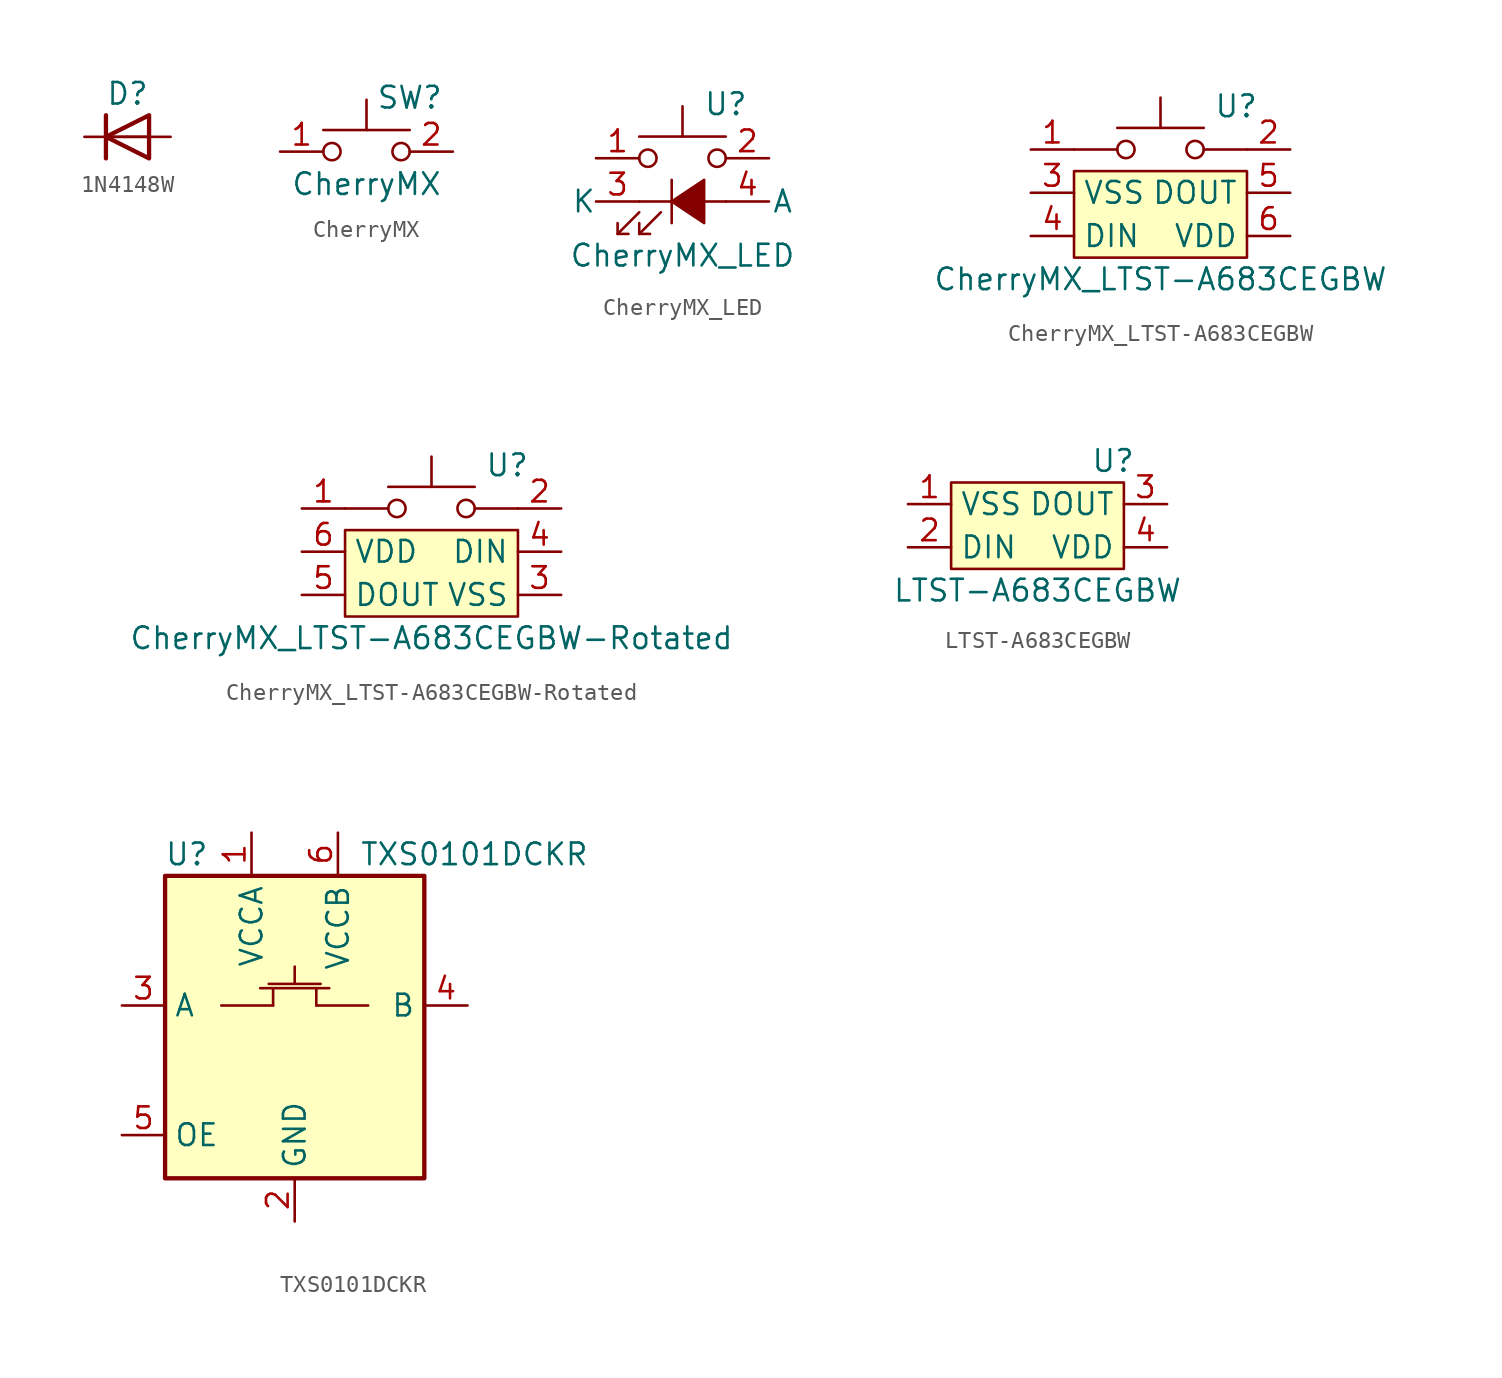
<source format=kicad_sym>
(kicad_symbol_lib
  (version 20210619)
  (generator kicad_symbol_editor)
  (symbol "Keyboard:1N4148W"
    (pin_numbers hide)
    (pin_names
      (offset 1.016) hide)
    (property "Reference" "D"
      (at 0 2.54 0)
      (effects (font (size 1.27 1.27))))
    (symbol "1N4148W_0_1"
      (polyline (pts (xy -1.27 1.27) (xy -1.27 -1.27)) (stroke (width 0.254)) (fill (type none)))
      (polyline (pts (xy 1.27 0) (xy -1.27 0)) (stroke (width 0)) (fill (type none)))
      (polyline (pts (xy 1.27 1.27) (xy 1.27 -1.27) (xy -1.27 0) (xy 1.27 1.27)) (stroke (width 0.254)) (fill (type none))))
    (symbol "1N4148W_1_1"
      (pin passive line (at -2.54 0 0) (length 2.54) (name "K" (effects (font (size 1.27 1.27)))) (number "1" (effects (font (size 1.27 1.27)))))
      (pin passive line (at 2.54 0 180) (length 2.54) (name "A" (effects (font (size 1.27 1.27)))) (number "2" (effects (font (size 1.27 1.27)))))))
  (symbol "Keyboard:CherryMX"
    (pin_names
      (offset 0.254))
    (property "Reference" "SW"
      (at 2.54 3.175 0)
      (effects (font (size 1.27 1.27))))
    (property "Value" "CherryMX"
      (at 0 -1.905 0)
      (effects (font (size 1.27 1.27))))
    (symbol "CherryMX_1_1"
      (circle (center -2.032 0) (radius 0.508) (stroke (width 0)) (fill (type none)))
      (circle (center 2.032 0) (radius 0.508) (stroke (width 0)) (fill (type none)))
      (polyline (pts (xy 0 1.27) (xy 0 3.048)) (stroke (width 0)) (fill (type none)))
      (polyline (pts (xy 2.54 1.27) (xy -2.54 1.27)) (stroke (width 0)) (fill (type none)))
      (pin passive line (at -5.08 0 0) (length 2.54) (name "~" (effects (font (size 1.27 1.27)))) (number "1" (effects (font (size 1.27 1.27)))))
      (pin passive line (at 5.08 0 180) (length 2.54) (name "~" (effects (font (size 1.27 1.27)))) (number "2" (effects (font (size 1.27 1.27)))))))
  (symbol "Keyboard:CherryMX_LED"
    (pin_names
      (offset -3.988))
    (property "Reference" "U"
      (at 2.54 4.445 0)
      (effects (font (size 1.27 1.27))))
    (property "Value" "CherryMX_LED"
      (at 0 -4.445 0)
      (effects (font (size 1.27 1.27))))
    (symbol "CherryMX_LED_1_1"
      (circle (center -2.032 1.27) (radius 0.508) (stroke (width 0)) (fill (type none)))
      (circle (center 2.032 1.27) (radius 0.508) (stroke (width 0)) (fill (type none)))
      (polyline (pts (xy -3.81 -3.175) (xy -2.54 -1.905)) (stroke (width 0)) (fill (type none)))
      (polyline (pts (xy -2.54 -3.175) (xy -1.27 -1.905)) (stroke (width 0)) (fill (type none)))
      (polyline (pts (xy -2.54 -1.27) (xy 2.54 -1.27)) (stroke (width 0)) (fill (type none)))
      (polyline (pts (xy -0.635 0) (xy -0.635 -2.54)) (stroke (width 0)) (fill (type none)))
      (polyline (pts (xy 0 2.54) (xy 0 4.318)) (stroke (width 0)) (fill (type none)))
      (polyline (pts (xy 2.54 2.54) (xy -2.54 2.54)) (stroke (width 0)) (fill (type none)))
      (polyline (pts (xy -3.81 -2.54) (xy -3.81 -3.175) (xy -3.175 -3.175)) (stroke (width 0)) (fill (type none)))
      (polyline (pts (xy -2.54 -2.54) (xy -2.54 -3.175) (xy -1.905 -3.175)) (stroke (width 0)) (fill (type none)))
      (polyline (pts (xy -0.635 -1.27) (xy 1.27 0) (xy 1.27 -2.54) (xy -0.635 -1.27)) (stroke (width 0)) (fill (type outline)))
      (pin passive line (at -5.08 1.27 0) (length 2.54) (name "~" (effects (font (size 1.27 1.27)))) (number "1" (effects (font (size 1.27 1.27)))))
      (pin passive line (at 5.08 1.27 180) (length 2.54) (name "~" (effects (font (size 1.27 1.27)))) (number "2" (effects (font (size 1.27 1.27)))))
      (pin passive line (at -5.08 -1.27 0) (length 2.54) (name "K" (effects (font (size 1.27 1.27)))) (number "3" (effects (font (size 1.27 1.27)))))
      (pin passive line (at 5.08 -1.27 180) (length 2.54) (name "A" (effects (font (size 1.27 1.27)))) (number "4" (effects (font (size 1.27 1.27)))))))
  (symbol "Keyboard:CherryMX_LTST-A683CEGBW"
    (property "Reference" "U"
      (at 4.445 5.08 0)
      (effects (font (size 1.27 1.27))))
    (property "Value" "CherryMX_LTST-A683CEGBW"
      (at 0 -5.08 0)
      (effects (font (size 1.27 1.27))))
    (symbol "CherryMX_LTST-A683CEGBW_0_1"
      (rectangle (start -5.08 1.27) (end 5.08 -3.81) (stroke (width 0)) (fill (type background)))
      (polyline (pts (xy -5.08 2.54) (xy -2.54 2.54)) (stroke (width 0)) (fill (type none)))
      (polyline (pts (xy 2.54 2.54) (xy 5.08 2.54)) (stroke (width 0)) (fill (type none))))
    (symbol "CherryMX_LTST-A683CEGBW_1_1"
      (circle (center -2.032 2.54) (radius 0.508) (stroke (width 0)) (fill (type none)))
      (circle (center 2.032 2.54) (radius 0.508) (stroke (width 0)) (fill (type none)))
      (polyline (pts (xy 0 3.81) (xy 0 5.588)) (stroke (width 0)) (fill (type none)))
      (polyline (pts (xy 2.54 3.81) (xy -2.54 3.81)) (stroke (width 0)) (fill (type none)))
      (pin passive line (at -7.62 2.54 0) (length 2.54) (name "~" (effects (font (size 1.27 1.27)))) (number "1" (effects (font (size 1.27 1.27)))))
      (pin passive line (at 7.62 2.54 180) (length 2.54) (name "~" (effects (font (size 1.27 1.27)))) (number "2" (effects (font (size 1.27 1.27)))))
      (pin power_in line (at -7.62 0 0) (length 2.54) (name "VSS" (effects (font (size 1.27 1.27)))) (number "3" (effects (font (size 1.27 1.27)))))
      (pin input line (at -7.62 -2.54 0) (length 2.54) (name "DIN" (effects (font (size 1.27 1.27)))) (number "4" (effects (font (size 1.27 1.27)))))
      (pin output line (at 7.62 0 180) (length 2.54) (name "DOUT" (effects (font (size 1.27 1.27)))) (number "5" (effects (font (size 1.27 1.27)))))
      (pin power_in line (at 7.62 -2.54 180) (length 2.54) (name "VDD" (effects (font (size 1.27 1.27)))) (number "6" (effects (font (size 1.27 1.27)))))))
  (symbol "Keyboard:CherryMX_LTST-A683CEGBW-Rotated"
    (property "Reference" "U"
      (at 4.445 5.08 0)
      (effects (font (size 1.27 1.27))))
    (property "Value" "CherryMX_LTST-A683CEGBW-Rotated"
      (at 0 -5.08 0)
      (effects (font (size 1.27 1.27))))
    (symbol "CherryMX_LTST-A683CEGBW-Rotated_0_1"
      (rectangle (start 5.08 -3.81) (end -5.08 1.27) (stroke (width 0)) (fill (type background)))
      (polyline (pts (xy -5.08 2.54) (xy -2.54 2.54)) (stroke (width 0)) (fill (type none)))
      (polyline (pts (xy 2.54 2.54) (xy 5.08 2.54)) (stroke (width 0)) (fill (type none))))
    (symbol "CherryMX_LTST-A683CEGBW-Rotated_1_1"
      (circle (center -2.032 2.54) (radius 0.508) (stroke (width 0)) (fill (type none)))
      (circle (center 2.032 2.54) (radius 0.508) (stroke (width 0)) (fill (type none)))
      (polyline (pts (xy 0 3.81) (xy 0 5.588)) (stroke (width 0)) (fill (type none)))
      (polyline (pts (xy 2.54 3.81) (xy -2.54 3.81)) (stroke (width 0)) (fill (type none)))
      (pin passive line (at -7.62 2.54 0) (length 2.54) (name "~" (effects (font (size 1.27 1.27)))) (number "1" (effects (font (size 1.27 1.27)))))
      (pin passive line (at 7.62 2.54 180) (length 2.54) (name "~" (effects (font (size 1.27 1.27)))) (number "2" (effects (font (size 1.27 1.27)))))
      (pin power_in line (at 7.62 -2.54 180) (length 2.54) (name "VSS" (effects (font (size 1.27 1.27)))) (number "3" (effects (font (size 1.27 1.27)))))
      (pin input line (at 7.62 0 180) (length 2.54) (name "DIN" (effects (font (size 1.27 1.27)))) (number "4" (effects (font (size 1.27 1.27)))))
      (pin output line (at -7.62 -2.54 0) (length 2.54) (name "DOUT" (effects (font (size 1.27 1.27)))) (number "5" (effects (font (size 1.27 1.27)))))
      (pin power_in line (at -7.62 0 0) (length 2.54) (name "VDD" (effects (font (size 1.27 1.27)))) (number "6" (effects (font (size 1.27 1.27)))))))
  (symbol "Keyboard:LTST-A683CEGBW"
    (property "Reference" "U"
      (at 4.445 2.54 0)
      (effects (font (size 1.27 1.27))))
    (property "Value" "LTST-A683CEGBW"
      (at 0 -5.08 0)
      (effects (font (size 1.27 1.27))))
    (symbol "LTST-A683CEGBW_0_1"
      (rectangle (start -5.08 1.27) (end 5.08 -3.81) (stroke (width 0)) (fill (type background))))
    (symbol "LTST-A683CEGBW_1_1"
      (pin power_in line (at -7.62 0 0) (length 2.54) (name "VSS" (effects (font (size 1.27 1.27)))) (number "1" (effects (font (size 1.27 1.27)))))
      (pin input line (at -7.62 -2.54 0) (length 2.54) (name "DIN" (effects (font (size 1.27 1.27)))) (number "2" (effects (font (size 1.27 1.27)))))
      (pin output line (at 7.62 0 180) (length 2.54) (name "DOUT" (effects (font (size 1.27 1.27)))) (number "3" (effects (font (size 1.27 1.27)))))
      (pin power_in line (at 7.62 -2.54 180) (length 2.54) (name "VDD" (effects (font (size 1.27 1.27)))) (number "4" (effects (font (size 1.27 1.27)))))))
  (symbol "Keyboard:TXS0101DCKR"
    (property "Reference" "U"
      (at -6.35 11.43 0)
      (effects (font (size 1.27 1.27))))
    (property "Value" "TXS0101DCKR"
      (at 3.81 11.43 0)
      (effects (font (size 1.27 1.27)) (justify left)))
    (symbol "TXS0101DCKR_0_1"
      (rectangle (start -7.62 10.16) (end 7.62 -7.62) (stroke (width 0.254)) (fill (type background))))
    (symbol "TXS0101DCKR_1_1"
      (polyline (pts (xy -4.318 2.54) (xy -1.27 2.54)) (stroke (width 0)) (fill (type none)))
      (polyline (pts (xy -2.032 3.556) (xy 2.032 3.556)) (stroke (width 0)) (fill (type none)))
      (polyline (pts (xy -1.524 3.81) (xy 1.524 3.81)) (stroke (width 0)) (fill (type none)))
      (polyline (pts (xy -1.27 2.54) (xy -1.27 3.556)) (stroke (width 0)) (fill (type none)))
      (polyline (pts (xy 0 3.81) (xy 0 4.826)) (stroke (width 0)) (fill (type none)))
      (polyline (pts (xy 1.27 2.54) (xy 1.27 3.556)) (stroke (width 0)) (fill (type none)))
      (polyline (pts (xy 4.318 2.54) (xy 1.27 2.54)) (stroke (width 0)) (fill (type none)))
      (pin power_in line (at -2.54 12.7 270) (length 2.54) (name "VCCA" (effects (font (size 1.27 1.27)))) (number "1" (effects (font (size 1.27 1.27)))))
      (pin power_in line (at 0 -10.16 90) (length 2.54) (name "GND" (effects (font (size 1.27 1.27)))) (number "2" (effects (font (size 1.27 1.27)))))
      (pin bidirectional line (at -10.16 2.54 0) (length 2.54) (name "A" (effects (font (size 1.27 1.27)))) (number "3" (effects (font (size 1.27 1.27)))))
      (pin bidirectional line (at 10.16 2.54 180) (length 2.54) (name "B" (effects (font (size 1.27 1.27)))) (number "4" (effects (font (size 1.27 1.27)))))
      (pin input line (at -10.16 -5.08 0) (length 2.54) (name "OE" (effects (font (size 1.27 1.27)))) (number "5" (effects (font (size 1.27 1.27)))))
      (pin power_in line (at 2.54 12.7 270) (length 2.54) (name "VCCB" (effects (font (size 1.27 1.27)))) (number "6" (effects (font (size 1.27 1.27))))))))
</source>
